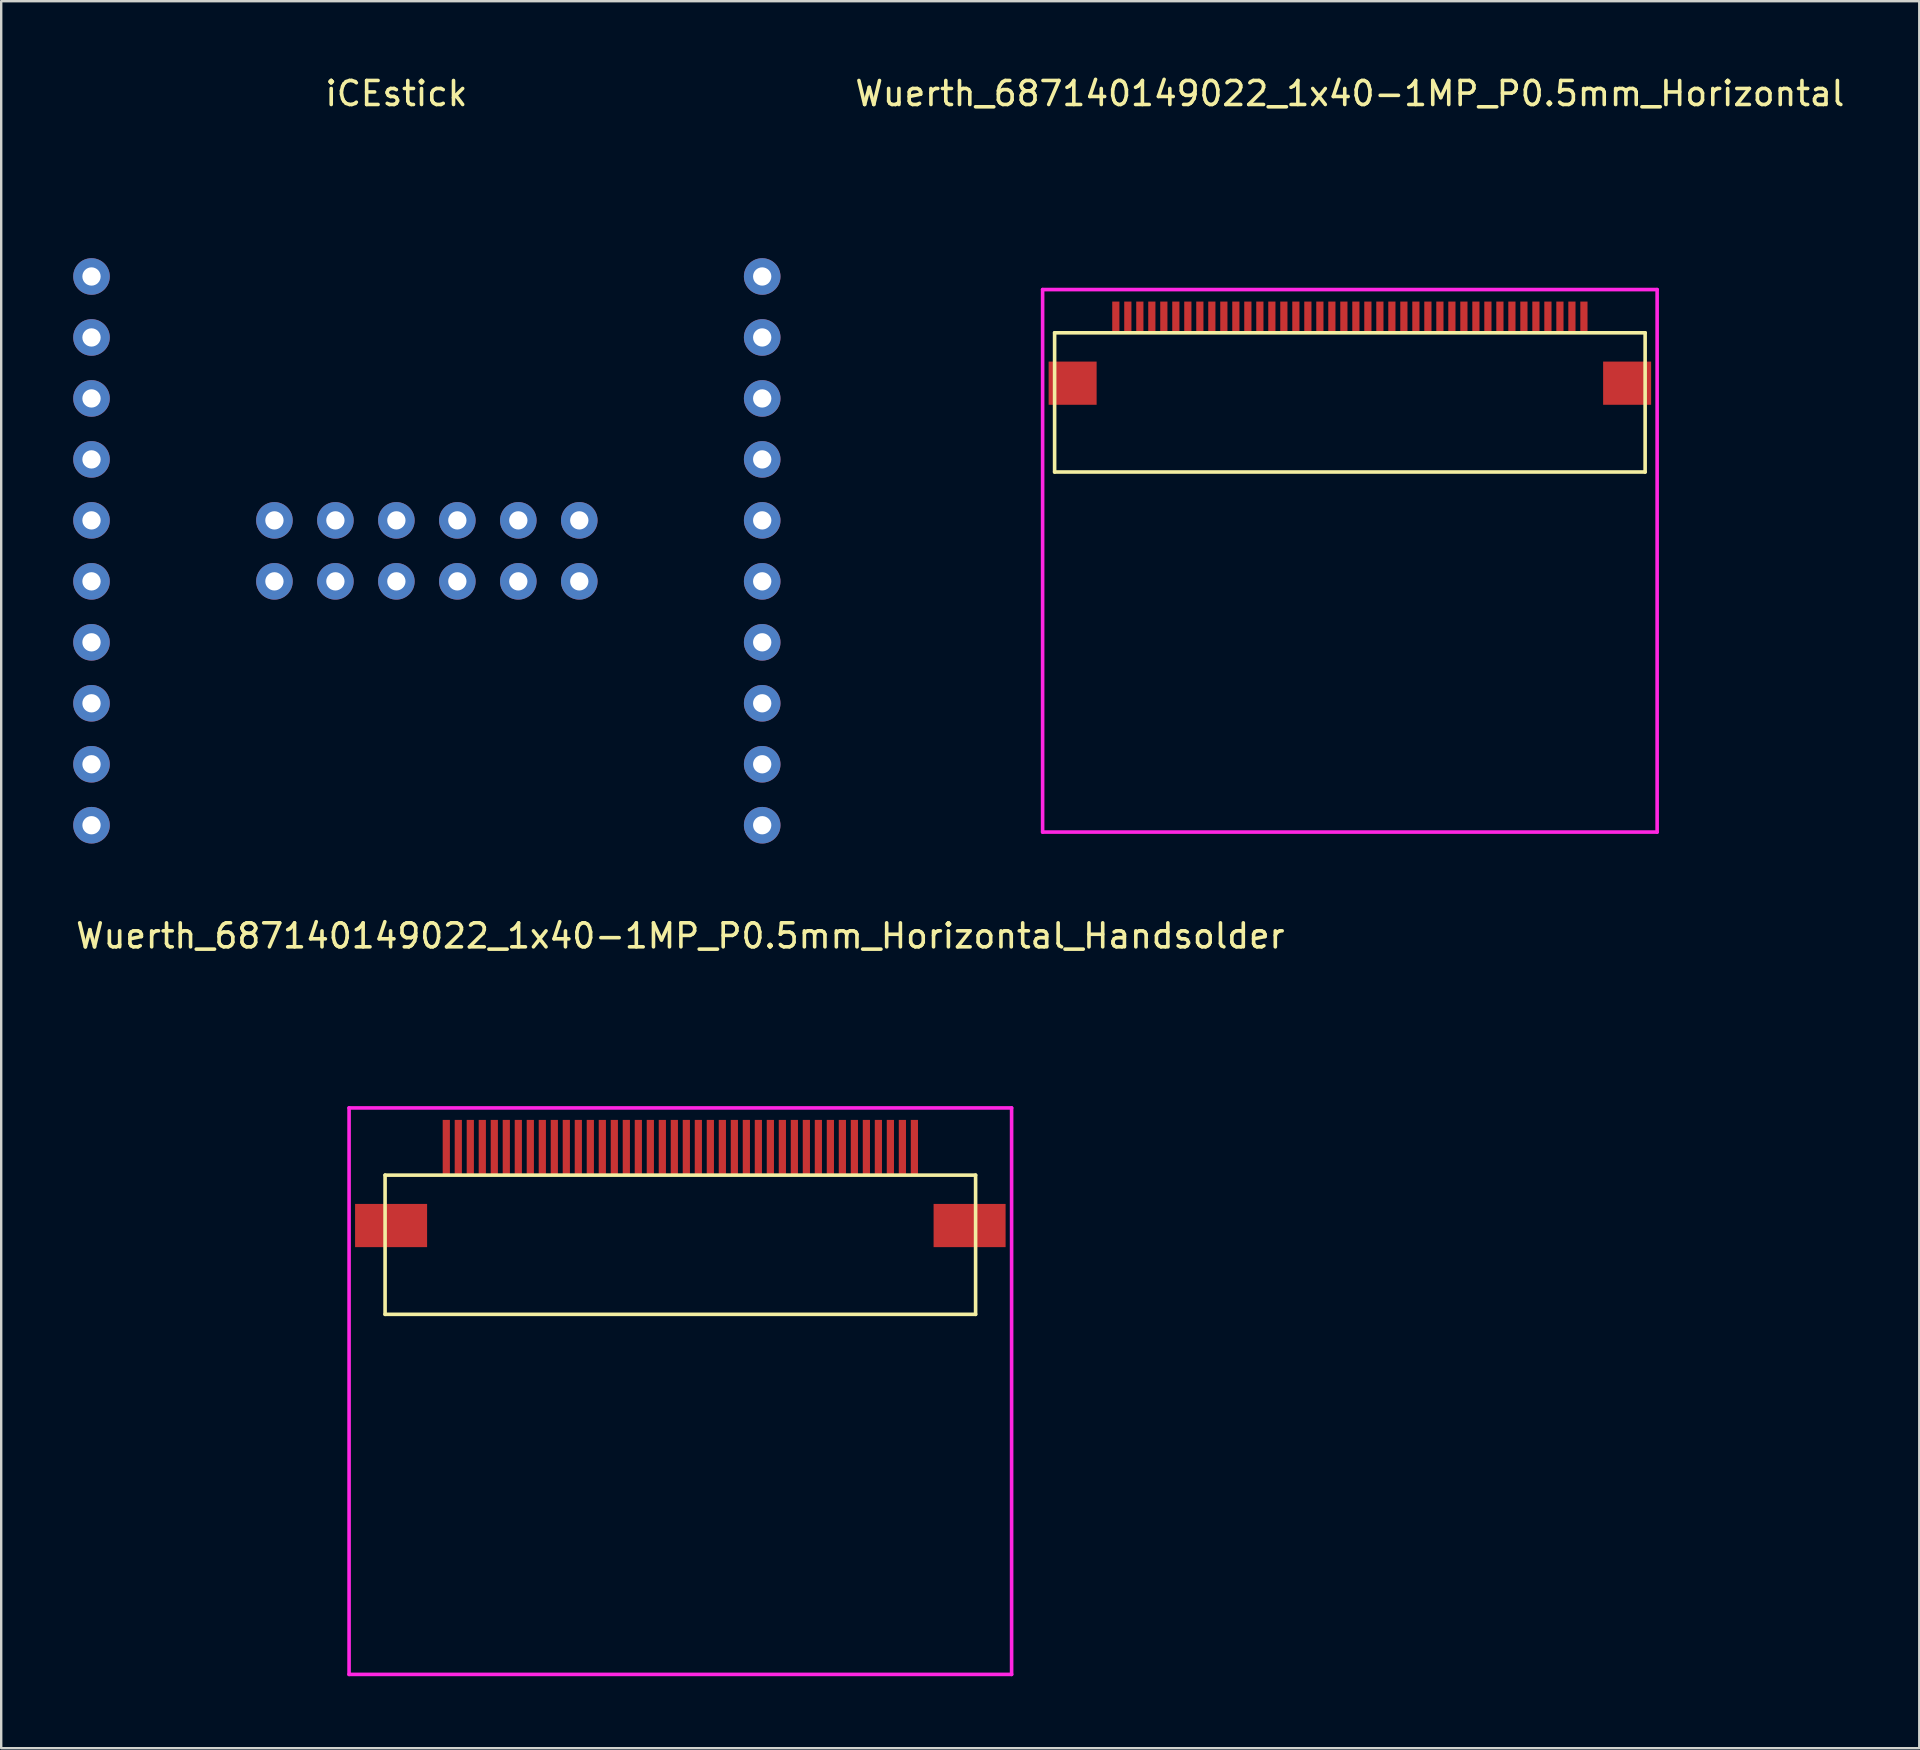
<source format=kicad_pcb>
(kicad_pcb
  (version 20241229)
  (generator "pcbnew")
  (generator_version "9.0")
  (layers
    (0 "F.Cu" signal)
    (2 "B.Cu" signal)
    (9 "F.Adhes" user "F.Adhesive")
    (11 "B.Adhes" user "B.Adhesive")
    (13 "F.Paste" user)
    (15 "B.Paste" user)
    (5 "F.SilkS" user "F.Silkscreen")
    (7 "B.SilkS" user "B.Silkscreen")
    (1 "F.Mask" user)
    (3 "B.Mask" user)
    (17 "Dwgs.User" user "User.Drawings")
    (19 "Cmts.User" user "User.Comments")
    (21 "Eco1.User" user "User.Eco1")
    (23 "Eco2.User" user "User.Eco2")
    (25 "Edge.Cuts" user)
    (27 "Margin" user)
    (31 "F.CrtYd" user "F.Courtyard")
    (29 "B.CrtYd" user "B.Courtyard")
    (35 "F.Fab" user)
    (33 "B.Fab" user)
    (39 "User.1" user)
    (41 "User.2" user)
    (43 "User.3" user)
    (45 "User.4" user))
  (footprint "iCEstick"
    (layer "F.Cu")
    (at 13.462 13.548)
    (property "Reference" "iCEstick" (at 0 -12.7 0) (layer "F.SilkS") (effects (font (size 1 1) (thickness 0.15))))
    (attr through_hole)
    (pad "1" thru_hole circle (at -12.7 -5.08) (size 1.524 1.524) (drill 0.762) (layers "*.Cu" "*.Mask"))
    (pad "2" thru_hole circle (at -12.7 -2.54) (size 1.524 1.524) (drill 0.762) (layers "*.Cu" "*.Mask"))
    (pad "3" thru_hole circle (at -12.7 0) (size 1.524 1.524) (drill 0.762) (layers "*.Cu" "*.Mask"))
    (pad "4" thru_hole circle (at -12.7 2.54) (size 1.524 1.524) (drill 0.762) (layers "*.Cu" "*.Mask"))
    (pad "5" thru_hole circle (at -12.7 5.08) (size 1.524 1.524) (drill 0.762) (layers "*.Cu" "*.Mask"))
    (pad "6" thru_hole circle (at -12.7 7.62) (size 1.524 1.524) (drill 0.762) (layers "*.Cu" "*.Mask"))
    (pad "7" thru_hole circle (at -12.7 10.16) (size 1.524 1.524) (drill 0.762) (layers "*.Cu" "*.Mask"))
    (pad "8" thru_hole circle (at -12.7 12.7) (size 1.524 1.524) (drill 0.762) (layers "*.Cu" "*.Mask"))
    (pad "9" thru_hole circle (at -12.7 15.24) (size 1.524 1.524) (drill 0.762) (layers "*.Cu" "*.Mask"))
    (pad "10" thru_hole circle (at -12.7 17.78) (size 1.524 1.524) (drill 0.762) (layers "*.Cu" "*.Mask"))
    (pad "11" thru_hole circle (at 15.24 -5.08) (size 1.524 1.524) (drill 0.762) (layers "*.Cu" "*.Mask"))
    (pad "12" thru_hole circle (at 15.24 -2.54) (size 1.524 1.524) (drill 0.762) (layers "*.Cu" "*.Mask"))
    (pad "13" thru_hole circle (at 15.24 0) (size 1.524 1.524) (drill 0.762) (layers "*.Cu" "*.Mask"))
    (pad "14" thru_hole circle (at 15.24 2.54) (size 1.524 1.524) (drill 0.762) (layers "*.Cu" "*.Mask"))
    (pad "15" thru_hole circle (at 15.24 5.08) (size 1.524 1.524) (drill 0.762) (layers "*.Cu" "*.Mask"))
    (pad "16" thru_hole circle (at 15.24 7.62) (size 1.524 1.524) (drill 0.762) (layers "*.Cu" "*.Mask"))
    (pad "17" thru_hole circle (at 15.24 10.16) (size 1.524 1.524) (drill 0.762) (layers "*.Cu" "*.Mask"))
    (pad "18" thru_hole circle (at 15.24 12.7) (size 1.524 1.524) (drill 0.762) (layers "*.Cu" "*.Mask"))
    (pad "19" thru_hole circle (at 15.24 15.24) (size 1.524 1.524) (drill 0.762) (layers "*.Cu" "*.Mask"))
    (pad "20" thru_hole circle (at 15.24 17.78) (size 1.524 1.524) (drill 0.762) (layers "*.Cu" "*.Mask"))
    (pad "21" thru_hole circle (at -5.08 5.08) (size 1.524 1.524) (drill 0.762) (layers "*.Cu" "*.Mask"))
    (pad "22" thru_hole circle (at -2.54 5.08) (size 1.524 1.524) (drill 0.762) (layers "*.Cu" "*.Mask"))
    (pad "23" thru_hole circle (at 0 5.08) (size 1.524 1.524) (drill 0.762) (layers "*.Cu" "*.Mask"))
    (pad "24" thru_hole circle (at 2.54 5.08) (size 1.524 1.524) (drill 0.762) (layers "*.Cu" "*.Mask"))
    (pad "25" thru_hole circle (at 5.08 5.08) (size 1.524 1.524) (drill 0.762) (layers "*.Cu" "*.Mask"))
    (pad "26" thru_hole circle (at 7.62 5.08) (size 1.524 1.524) (drill 0.762) (layers "*.Cu" "*.Mask"))
    (pad "27" thru_hole circle (at -5.08 7.62) (size 1.524 1.524) (drill 0.762) (layers "*.Cu" "*.Mask"))
    (pad "28" thru_hole circle (at -2.54 7.62) (size 1.524 1.524) (drill 0.762) (layers "*.Cu" "*.Mask"))
    (pad "29" thru_hole circle (at 0 7.62) (size 1.524 1.524) (drill 0.762) (layers "*.Cu" "*.Mask"))
    (pad "30" thru_hole circle (at 2.54 7.62) (size 1.524 1.524) (drill 0.762) (layers "*.Cu" "*.Mask"))
    (pad "31" thru_hole circle (at 5.08 7.62) (size 1.524 1.524) (drill 0.762) (layers "*.Cu" "*.Mask"))
    (pad "32" thru_hole circle (at 7.62 7.62) (size 1.524 1.524) (drill 0.762) (layers "*.Cu" "*.Mask")))
  (footprint "Wuerth_687140149022_1x40-1MP_P0.5mm_Horizontal_Handsolder"
    (layer "F.Cu")
    (at 25.292 48.004)
    (property "Reference" "Wuerth_687140149022_1x40-1MP_P0.5mm_Horizontal_Handsolder" (at 0 -12.065 0) (layer "F.SilkS") (effects (font (size 1 1) (thickness 0.15))))
    (attr through_hole)
    (fp_line (start -12.3 -2.1) (end 12.3 -2.1) (stroke (width 0.15) (type solid)) (layer "F.SilkS"))
    (fp_line (start -12.3 3.7) (end -12.3 -2.1) (stroke (width 0.15) (type solid)) (layer "F.SilkS"))
    (fp_line (start 12.3 -2.1) (end 12.3 3.7) (stroke (width 0.15) (type solid)) (layer "F.SilkS"))
    (fp_line (start 12.3 3.7) (end -12.3 3.7) (stroke (width 0.15) (type solid)) (layer "F.SilkS"))
    (fp_line (start -13.8 -4.9) (end 13.8 -4.9) (stroke (width 0.15) (type solid)) (layer "F.CrtYd"))
    (fp_line (start -13.8 18.7) (end -13.8 -4.9) (stroke (width 0.15) (type solid)) (layer "F.CrtYd"))
    (fp_line (start 13.8 -4.9) (end 13.8 18.7) (stroke (width 0.15) (type solid)) (layer "F.CrtYd"))
    (fp_line (start 13.8 18.7) (end -13.8 18.7) (stroke (width 0.15) (type solid)) (layer "F.CrtYd"))
    (pad "1" smd rect (at -9.75 -3.25) (size 0.3 2.3) (layers "F.Cu" "F.Mask"))
    (pad "2" smd rect (at -9.25 -3.25) (size 0.3 2.3) (layers "F.Cu" "F.Mask"))
    (pad "3" smd rect (at -8.75 -3.25) (size 0.3 2.3) (layers "F.Cu" "F.Mask"))
    (pad "4" smd rect (at -8.25 -3.25) (size 0.3 2.3) (layers "F.Cu" "F.Mask"))
    (pad "5" smd rect (at -7.75 -3.25) (size 0.3 2.3) (layers "F.Cu" "F.Mask"))
    (pad "6" smd rect (at -7.25 -3.25) (size 0.3 2.3) (layers "F.Cu" "F.Mask"))
    (pad "7" smd rect (at -6.75 -3.25) (size 0.3 2.3) (layers "F.Cu" "F.Mask"))
    (pad "8" smd rect (at -6.25 -3.25) (size 0.3 2.3) (layers "F.Cu" "F.Mask"))
    (pad "9" smd rect (at -5.75 -3.25) (size 0.3 2.3) (layers "F.Cu" "F.Mask"))
    (pad "10" smd rect (at -5.25 -3.25) (size 0.3 2.3) (layers "F.Cu" "F.Mask"))
    (pad "11" smd rect (at -4.75 -3.25) (size 0.3 2.3) (layers "F.Cu" "F.Mask"))
    (pad "12" smd rect (at -4.25 -3.25) (size 0.3 2.3) (layers "F.Cu" "F.Mask"))
    (pad "13" smd rect (at -3.75 -3.25) (size 0.3 2.3) (layers "F.Cu" "F.Mask"))
    (pad "14" smd rect (at -3.25 -3.25) (size 0.3 2.3) (layers "F.Cu" "F.Mask"))
    (pad "15" smd rect (at -2.75 -3.25) (size 0.3 2.3) (layers "F.Cu" "F.Mask"))
    (pad "16" smd rect (at -2.25 -3.25) (size 0.3 2.3) (layers "F.Cu" "F.Mask"))
    (pad "17" smd rect (at -1.75 -3.25) (size 0.3 2.3) (layers "F.Cu" "F.Mask"))
    (pad "18" smd rect (at -1.25 -3.25) (size 0.3 2.3) (layers "F.Cu" "F.Mask"))
    (pad "19" smd rect (at -0.75 -3.25) (size 0.3 2.3) (layers "F.Cu" "F.Mask"))
    (pad "20" smd rect (at -0.25 -3.25) (size 0.3 2.3) (layers "F.Cu" "F.Mask"))
    (pad "21" smd rect (at 0.25 -3.25) (size 0.3 2.3) (layers "F.Cu" "F.Mask"))
    (pad "22" smd rect (at 0.75 -3.25) (size 0.3 2.3) (layers "F.Cu" "F.Mask"))
    (pad "23" smd rect (at 1.25 -3.25) (size 0.3 2.3) (layers "F.Cu" "F.Mask"))
    (pad "24" smd rect (at 1.75 -3.25) (size 0.3 2.3) (layers "F.Cu" "F.Mask"))
    (pad "25" smd rect (at 2.25 -3.25) (size 0.3 2.3) (layers "F.Cu" "F.Mask"))
    (pad "26" smd rect (at 2.75 -3.25) (size 0.3 2.3) (layers "F.Cu" "F.Mask"))
    (pad "27" smd rect (at 3.25 -3.25) (size 0.3 2.3) (layers "F.Cu" "F.Mask"))
    (pad "28" smd rect (at 3.75 -3.25) (size 0.3 2.3) (layers "F.Cu" "F.Mask"))
    (pad "29" smd rect (at 4.25 -3.25) (size 0.3 2.3) (layers "F.Cu" "F.Mask"))
    (pad "30" smd rect (at 4.75 -3.25) (size 0.3 2.3) (layers "F.Cu" "F.Mask"))
    (pad "31" smd rect (at 5.25 -3.25) (size 0.3 2.3) (layers "F.Cu" "F.Mask"))
    (pad "32" smd rect (at 5.75 -3.25) (size 0.3 2.3) (layers "F.Cu" "F.Mask"))
    (pad "33" smd rect (at 6.25 -3.25) (size 0.3 2.3) (layers "F.Cu" "F.Mask"))
    (pad "34" smd rect (at 6.75 -3.25) (size 0.3 2.3) (layers "F.Cu" "F.Mask"))
    (pad "35" smd rect (at 7.25 -3.25) (size 0.3 2.3) (layers "F.Cu" "F.Mask"))
    (pad "36" smd rect (at 7.75 -3.25) (size 0.3 2.3) (layers "F.Cu" "F.Mask"))
    (pad "37" smd rect (at 8.25 -3.25) (size 0.3 2.3) (layers "F.Cu" "F.Mask"))
    (pad "38" smd rect (at 8.75 -3.25) (size 0.3 2.3) (layers "F.Cu" "F.Mask"))
    (pad "39" smd rect (at 9.25 -3.25) (size 0.3 2.3) (layers "F.Cu" "F.Mask"))
    (pad "40" smd rect (at 9.75 -3.25) (size 0.3 2.3) (layers "F.Cu" "F.Mask"))
    (pad "MP" smd rect (at -12.05 0) (size 3 1.8) (layers "F.Cu" "F.Mask"))
    (pad "MP" smd rect (at 12.05 0) (size 3 1.8) (layers "F.Cu" "F.Mask")))
  (footprint "Wuerth_687140149022_1x40-1MP_P0.5mm_Horizontal"
    (layer "F.Cu")
    (at 53.184 12.913)
    (property "Reference" "Wuerth_687140149022_1x40-1MP_P0.5mm_Horizontal" (at 0 -12.065 0) (layer "F.SilkS") (effects (font (size 1 1) (thickness 0.15))))
    (attr through_hole)
    (fp_line (start -12.3 -2.1) (end 12.3 -2.1) (stroke (width 0.15) (type solid)) (layer "F.SilkS"))
    (fp_line (start -12.3 3.7) (end -12.3 -2.1) (stroke (width 0.15) (type solid)) (layer "F.SilkS"))
    (fp_line (start 12.3 -2.1) (end 12.3 3.7) (stroke (width 0.15) (type solid)) (layer "F.SilkS"))
    (fp_line (start 12.3 3.7) (end -12.3 3.7) (stroke (width 0.15) (type solid)) (layer "F.SilkS"))
    (fp_line (start -12.8 -3.9) (end 12.8 -3.9) (stroke (width 0.15) (type solid)) (layer "F.CrtYd"))
    (fp_line (start -12.8 18.7) (end -12.8 -3.9) (stroke (width 0.15) (type solid)) (layer "F.CrtYd"))
    (fp_line (start 12.8 -3.9) (end 12.8 18.7) (stroke (width 0.15) (type solid)) (layer "F.CrtYd"))
    (fp_line (start 12.8 18.7) (end -12.8 18.7) (stroke (width 0.15) (type solid)) (layer "F.CrtYd"))
    (pad "1" smd rect (at -9.75 -2.75) (size 0.3 1.3) (layers "F.Cu" "F.Mask"))
    (pad "2" smd rect (at -9.25 -2.75) (size 0.3 1.3) (layers "F.Cu" "F.Mask"))
    (pad "3" smd rect (at -8.75 -2.75) (size 0.3 1.3) (layers "F.Cu" "F.Mask"))
    (pad "4" smd rect (at -8.25 -2.75) (size 0.3 1.3) (layers "F.Cu" "F.Mask"))
    (pad "5" smd rect (at -7.75 -2.75) (size 0.3 1.3) (layers "F.Cu" "F.Mask"))
    (pad "6" smd rect (at -7.25 -2.75) (size 0.3 1.3) (layers "F.Cu" "F.Mask"))
    (pad "7" smd rect (at -6.75 -2.75) (size 0.3 1.3) (layers "F.Cu" "F.Mask"))
    (pad "8" smd rect (at -6.25 -2.75) (size 0.3 1.3) (layers "F.Cu" "F.Mask"))
    (pad "9" smd rect (at -5.75 -2.75) (size 0.3 1.3) (layers "F.Cu" "F.Mask"))
    (pad "10" smd rect (at -5.25 -2.75) (size 0.3 1.3) (layers "F.Cu" "F.Mask"))
    (pad "11" smd rect (at -4.75 -2.75) (size 0.3 1.3) (layers "F.Cu" "F.Mask"))
    (pad "12" smd rect (at -4.25 -2.75) (size 0.3 1.3) (layers "F.Cu" "F.Mask"))
    (pad "13" smd rect (at -3.75 -2.75) (size 0.3 1.3) (layers "F.Cu" "F.Mask"))
    (pad "14" smd rect (at -3.25 -2.75) (size 0.3 1.3) (layers "F.Cu" "F.Mask"))
    (pad "15" smd rect (at -2.75 -2.75) (size 0.3 1.3) (layers "F.Cu" "F.Mask"))
    (pad "16" smd rect (at -2.25 -2.75) (size 0.3 1.3) (layers "F.Cu" "F.Mask"))
    (pad "17" smd rect (at -1.75 -2.75) (size 0.3 1.3) (layers "F.Cu" "F.Mask"))
    (pad "18" smd rect (at -1.25 -2.75) (size 0.3 1.3) (layers "F.Cu" "F.Mask"))
    (pad "19" smd rect (at -0.75 -2.75) (size 0.3 1.3) (layers "F.Cu" "F.Mask"))
    (pad "20" smd rect (at -0.25 -2.75) (size 0.3 1.3) (layers "F.Cu" "F.Mask"))
    (pad "21" smd rect (at 0.25 -2.75) (size 0.3 1.3) (layers "F.Cu" "F.Mask"))
    (pad "22" smd rect (at 0.75 -2.75) (size 0.3 1.3) (layers "F.Cu" "F.Mask"))
    (pad "23" smd rect (at 1.25 -2.75) (size 0.3 1.3) (layers "F.Cu" "F.Mask"))
    (pad "24" smd rect (at 1.75 -2.75) (size 0.3 1.3) (layers "F.Cu" "F.Mask"))
    (pad "25" smd rect (at 2.25 -2.75) (size 0.3 1.3) (layers "F.Cu" "F.Mask"))
    (pad "26" smd rect (at 2.75 -2.75) (size 0.3 1.3) (layers "F.Cu" "F.Mask"))
    (pad "27" smd rect (at 3.25 -2.75) (size 0.3 1.3) (layers "F.Cu" "F.Mask"))
    (pad "28" smd rect (at 3.75 -2.75) (size 0.3 1.3) (layers "F.Cu" "F.Mask"))
    (pad "29" smd rect (at 4.25 -2.75) (size 0.3 1.3) (layers "F.Cu" "F.Mask"))
    (pad "30" smd rect (at 4.75 -2.75) (size 0.3 1.3) (layers "F.Cu" "F.Mask"))
    (pad "31" smd rect (at 5.25 -2.75) (size 0.3 1.3) (layers "F.Cu" "F.Mask"))
    (pad "32" smd rect (at 5.75 -2.75) (size 0.3 1.3) (layers "F.Cu" "F.Mask"))
    (pad "33" smd rect (at 6.25 -2.75) (size 0.3 1.3) (layers "F.Cu" "F.Mask"))
    (pad "34" smd rect (at 6.75 -2.75) (size 0.3 1.3) (layers "F.Cu" "F.Mask"))
    (pad "35" smd rect (at 7.25 -2.75) (size 0.3 1.3) (layers "F.Cu" "F.Mask"))
    (pad "36" smd rect (at 7.75 -2.75) (size 0.3 1.3) (layers "F.Cu" "F.Mask"))
    (pad "37" smd rect (at 8.25 -2.75) (size 0.3 1.3) (layers "F.Cu" "F.Mask"))
    (pad "38" smd rect (at 8.75 -2.75) (size 0.3 1.3) (layers "F.Cu" "F.Mask"))
    (pad "39" smd rect (at 9.25 -2.75) (size 0.3 1.3) (layers "F.Cu" "F.Mask"))
    (pad "40" smd rect (at 9.75 -2.75) (size 0.3 1.3) (layers "F.Cu" "F.Mask"))
    (pad "MP" smd rect (at -11.55 0) (size 2 1.8) (layers "F.Cu" "F.Mask"))
    (pad "MP" smd rect (at 11.55 0) (size 2 1.8) (layers "F.Cu" "F.Mask")))
  (gr_rect
    (start -3 -3)
    (end 76.904 69.778)
    (stroke (width 0.1) (type default))
    (fill no)
    (layer "Edge.Cuts")))
</source>
